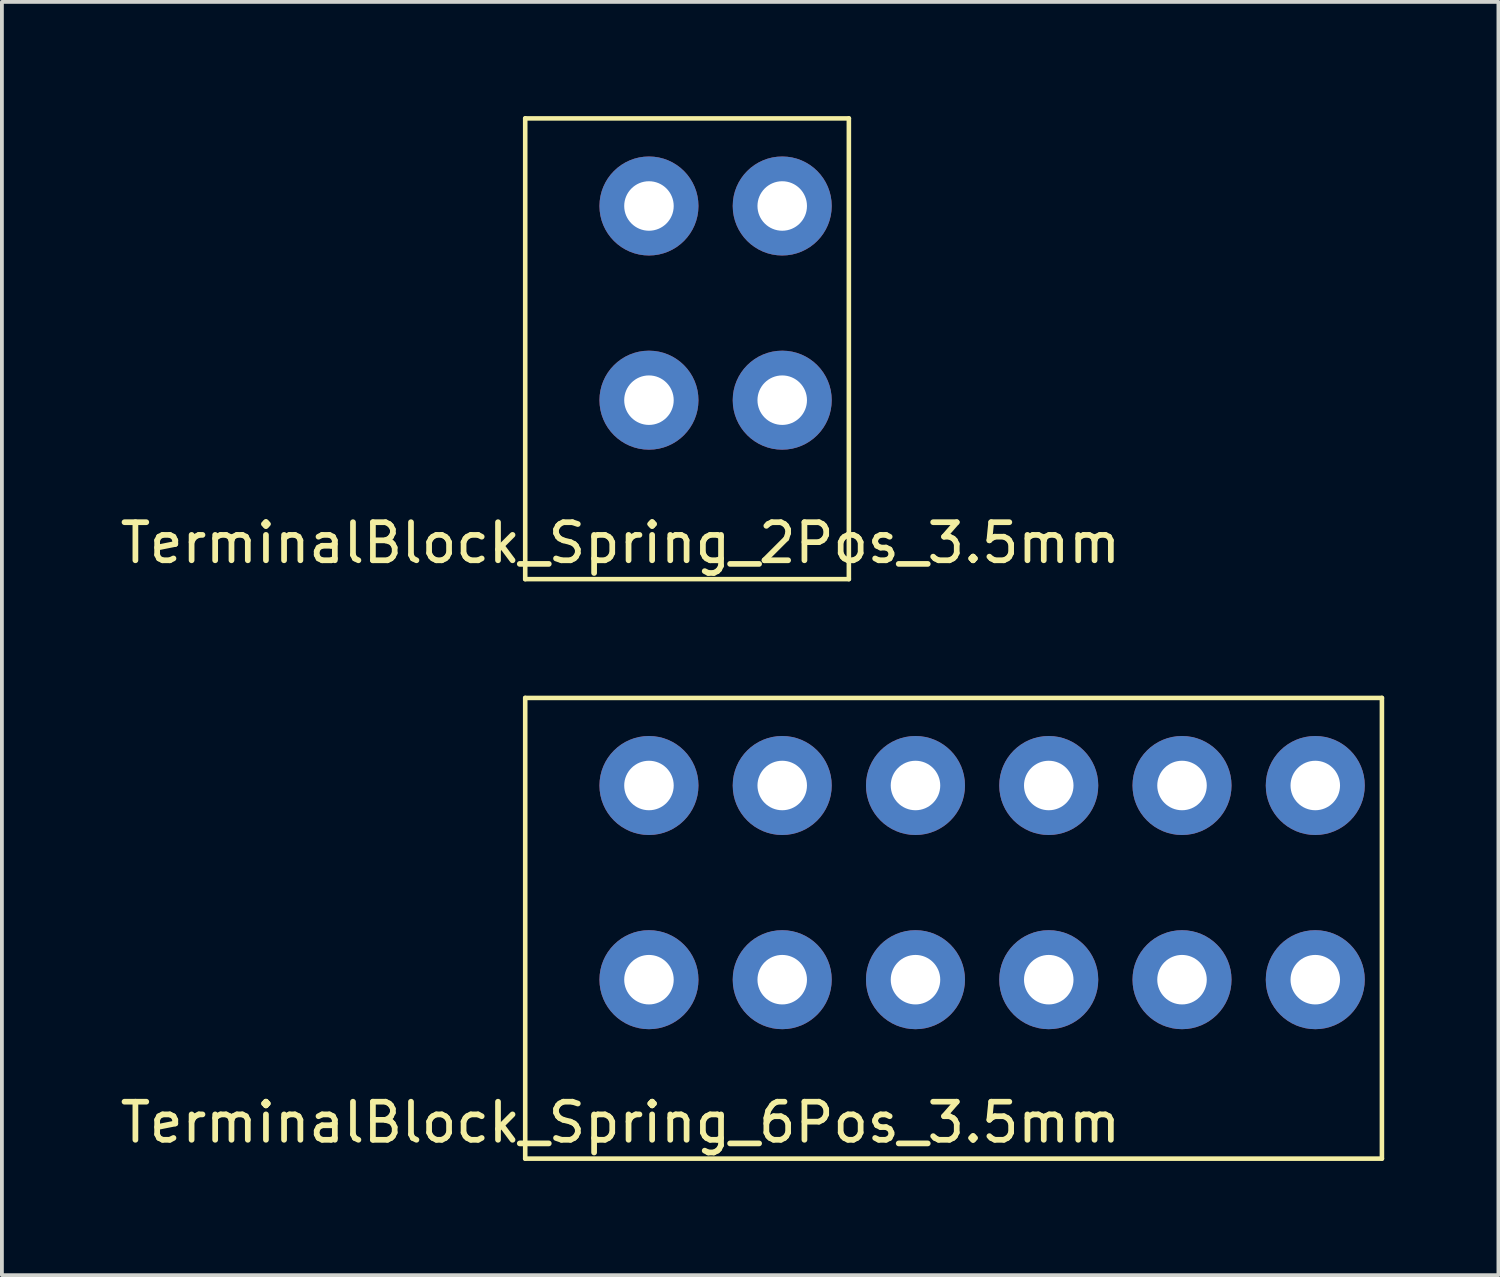
<source format=kicad_pcb>
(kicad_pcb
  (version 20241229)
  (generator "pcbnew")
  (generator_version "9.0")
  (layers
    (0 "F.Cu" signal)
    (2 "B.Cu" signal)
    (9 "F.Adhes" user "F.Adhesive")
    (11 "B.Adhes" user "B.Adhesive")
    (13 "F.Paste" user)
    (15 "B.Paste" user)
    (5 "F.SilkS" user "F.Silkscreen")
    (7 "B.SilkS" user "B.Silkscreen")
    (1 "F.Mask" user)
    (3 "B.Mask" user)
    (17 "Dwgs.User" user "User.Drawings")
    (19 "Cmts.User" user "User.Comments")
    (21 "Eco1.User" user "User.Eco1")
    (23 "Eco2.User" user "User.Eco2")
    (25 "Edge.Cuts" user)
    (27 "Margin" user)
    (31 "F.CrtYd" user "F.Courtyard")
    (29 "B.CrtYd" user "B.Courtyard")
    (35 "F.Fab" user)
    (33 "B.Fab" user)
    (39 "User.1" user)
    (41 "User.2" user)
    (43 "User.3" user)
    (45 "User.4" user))
  (footprint "TerminalBlock_Spring_6Pos_3.5mm"
    (layer "F.Cu")
    (at 13.994 22.68)
    (property "Reference" "TerminalBlock_Spring_6Pos_3.5mm" (at -0.75 3.75 0) (layer "F.SilkS") (effects (font (size 1 1) (thickness 0.15))))
    (attr through_hole)
    (fp_line (start -3.25 -7.4) (end -3.25 4.7) (stroke (width 0.12) (type solid)) (layer "F.SilkS"))
    (fp_line (start -3.25 -7.4) (end 19.25 -7.4) (stroke (width 0.12) (type solid)) (layer "F.SilkS"))
    (fp_line (start -3.25 4.7) (end 19.25 4.7) (stroke (width 0.12) (type solid)) (layer "F.SilkS"))
    (fp_line (start 19.25 4.7) (end 19.25 -7.4) (stroke (width 0.12) (type solid)) (layer "F.SilkS"))
    (pad "1" thru_hole circle (at 0 -5.1) (size 2.6 2.6) (drill 1.3) (layers "*.Cu" "*.Mask"))
    (pad "1" thru_hole circle (at 0 0) (size 2.6 2.6) (drill 1.3) (layers "*.Cu" "*.Mask"))
    (pad "2" thru_hole circle (at 3.5 -5.1) (size 2.6 2.6) (drill 1.3) (layers "*.Cu" "*.Mask"))
    (pad "2" thru_hole circle (at 3.5 0) (size 2.6 2.6) (drill 1.3) (layers "*.Cu" "*.Mask"))
    (pad "3" thru_hole circle (at 7 -5.1) (size 2.6 2.6) (drill 1.3) (layers "*.Cu" "*.Mask"))
    (pad "3" thru_hole circle (at 7 0) (size 2.6 2.6) (drill 1.3) (layers "*.Cu" "*.Mask"))
    (pad "4" thru_hole circle (at 10.5 -5.1) (size 2.6 2.6) (drill 1.3) (layers "*.Cu" "*.Mask"))
    (pad "4" thru_hole circle (at 10.5 0) (size 2.6 2.6) (drill 1.3) (layers "*.Cu" "*.Mask"))
    (pad "5" thru_hole circle (at 14 -5.1) (size 2.6 2.6) (drill 1.3) (layers "*.Cu" "*.Mask"))
    (pad "5" thru_hole circle (at 14 0) (size 2.6 2.6) (drill 1.3) (layers "*.Cu" "*.Mask"))
    (pad "6" thru_hole circle (at 17.5 -5.1) (size 2.6 2.6) (drill 1.3) (layers "*.Cu" "*.Mask"))
    (pad "6" thru_hole circle (at 17.5 0) (size 2.6 2.6) (drill 1.3) (layers "*.Cu" "*.Mask")))
  (footprint "TerminalBlock_Spring_2Pos_3.5mm"
    (layer "F.Cu")
    (at 13.994 7.46)
    (property "Reference" "TerminalBlock_Spring_2Pos_3.5mm" (at -0.75 3.75 0) (layer "F.SilkS") (effects (font (size 1 1) (thickness 0.15))))
    (attr through_hole)
    (fp_line (start -3.25 -7.4) (end -3.25 4.7) (stroke (width 0.12) (type solid)) (layer "F.SilkS"))
    (fp_line (start 5.25 -7.4) (end -3.25 -7.4) (stroke (width 0.12) (type solid)) (layer "F.SilkS"))
    (fp_line (start 5.25 4.7) (end -3.25 4.7) (stroke (width 0.12) (type solid)) (layer "F.SilkS"))
    (fp_line (start 5.25 4.7) (end 5.25 -7.4) (stroke (width 0.12) (type solid)) (layer "F.SilkS"))
    (pad "1" thru_hole circle (at 0 -5.1) (size 2.6 2.6) (drill 1.3) (layers "*.Cu" "*.Mask"))
    (pad "1" thru_hole circle (at 0 0) (size 2.6 2.6) (drill 1.3) (layers "*.Cu" "*.Mask"))
    (pad "2" thru_hole circle (at 3.5 -5.1) (size 2.6 2.6) (drill 1.3) (layers "*.Cu" "*.Mask"))
    (pad "2" thru_hole circle (at 3.5 0) (size 2.6 2.6) (drill 1.3) (layers "*.Cu" "*.Mask")))
  (gr_rect
    (start -3 -3)
    (end 36.304 30.44)
    (stroke (width 0.1) (type default))
    (fill no)
    (layer "Edge.Cuts")))
</source>
